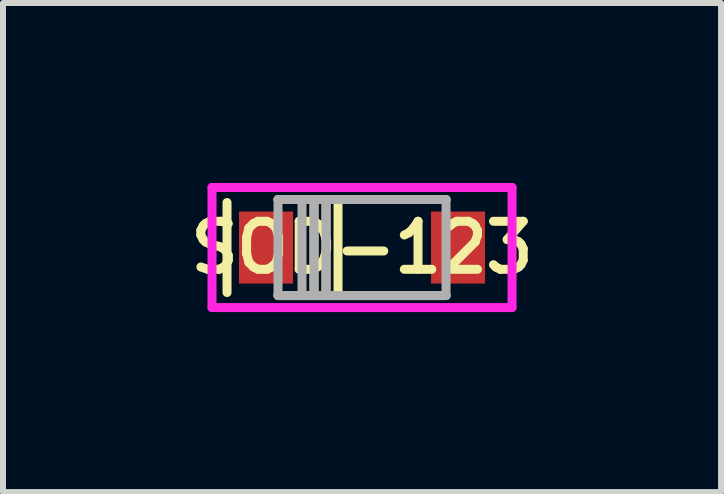
<source format=kicad_pcb>
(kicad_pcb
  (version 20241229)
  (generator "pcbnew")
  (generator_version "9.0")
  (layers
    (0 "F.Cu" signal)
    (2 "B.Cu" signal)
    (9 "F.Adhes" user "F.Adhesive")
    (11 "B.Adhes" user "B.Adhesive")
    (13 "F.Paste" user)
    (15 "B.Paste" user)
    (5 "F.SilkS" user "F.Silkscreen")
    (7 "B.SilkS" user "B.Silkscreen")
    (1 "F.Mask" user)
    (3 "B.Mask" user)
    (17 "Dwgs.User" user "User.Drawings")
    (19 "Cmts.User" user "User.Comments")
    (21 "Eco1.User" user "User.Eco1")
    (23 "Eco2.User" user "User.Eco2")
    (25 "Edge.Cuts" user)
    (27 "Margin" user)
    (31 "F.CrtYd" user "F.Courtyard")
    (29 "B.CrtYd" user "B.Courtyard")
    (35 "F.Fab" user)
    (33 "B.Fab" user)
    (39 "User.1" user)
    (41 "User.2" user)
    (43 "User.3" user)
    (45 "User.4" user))
  (footprint "SOD-123"
    (layer "F.Cu")
    (at 2.983 1.075)
    (property "Reference" "SOD-123" (at 0 0 0) (layer "F.SilkS") (effects (font (size 0.8 0.8) (thickness 0.15))))
    (attr smd)
    (fp_line (start -2.25 -0.75) (end -2.25 0.75) (stroke (width 0.15) (type solid)) (layer "F.SilkS"))
    (fp_line (start -1.4 -0.8) (end 1.4 -0.8) (stroke (width 0.15) (type solid)) (layer "F.SilkS"))
    (fp_line (start -0.8 -0.8) (end -0.8 0.8) (stroke (width 0.15) (type solid)) (layer "F.SilkS"))
    (fp_line (start -0.6 0.8) (end -0.6 -0.8) (stroke (width 0.15) (type solid)) (layer "F.SilkS"))
    (fp_line (start -0.4 -0.8) (end -0.4 0.8) (stroke (width 0.15) (type solid)) (layer "F.SilkS"))
    (fp_line (start 1.4 0.8) (end -1.4 0.8) (stroke (width 0.15) (type solid)) (layer "F.SilkS"))
    (fp_line (start -2.5 -1) (end 2.5 -1) (stroke (width 0.15) (type solid)) (layer "F.CrtYd"))
    (fp_line (start -2.5 1) (end -2.5 -1) (stroke (width 0.15) (type solid)) (layer "F.CrtYd"))
    (fp_line (start 2.5 -1) (end 2.5 1) (stroke (width 0.15) (type solid)) (layer "F.CrtYd"))
    (fp_line (start 2.5 1) (end -2.5 1) (stroke (width 0.15) (type solid)) (layer "F.CrtYd"))
    (fp_line (start -1.4 -0.8) (end 1.4 -0.8) (stroke (width 0.15) (type solid)) (layer "F.Fab"))
    (fp_line (start -1.4 0.8) (end -1.4 -0.8) (stroke (width 0.15) (type solid)) (layer "F.Fab"))
    (fp_line (start -1 -0.8) (end -1 0.8) (stroke (width 0.15) (type solid)) (layer "F.Fab"))
    (fp_line (start -0.8 -0.8) (end -0.8 0.8) (stroke (width 0.15) (type solid)) (layer "F.Fab"))
    (fp_line (start -0.6 0.8) (end -0.6 -0.8) (stroke (width 0.15) (type solid)) (layer "F.Fab"))
    (fp_line (start 1.4 -0.8) (end 1.4 0.8) (stroke (width 0.15) (type solid)) (layer "F.Fab"))
    (fp_line (start 1.4 0.8) (end -1.4 0.8) (stroke (width 0.15) (type solid)) (layer "F.Fab"))
    (pad "A" smd rect (at 1.6 0) (size 0.9 1.2) (layers "F.Cu" "F.Mask" "F.Paste"))
    (pad "K" smd rect (at -1.6 0) (size 0.9 1.2) (layers "F.Cu" "F.Mask" "F.Paste")))
  (gr_rect
    (start -3 -3)
    (end 8.966 5.15)
    (stroke (width 0.1) (type default))
    (fill no)
    (layer "Edge.Cuts")))
</source>
